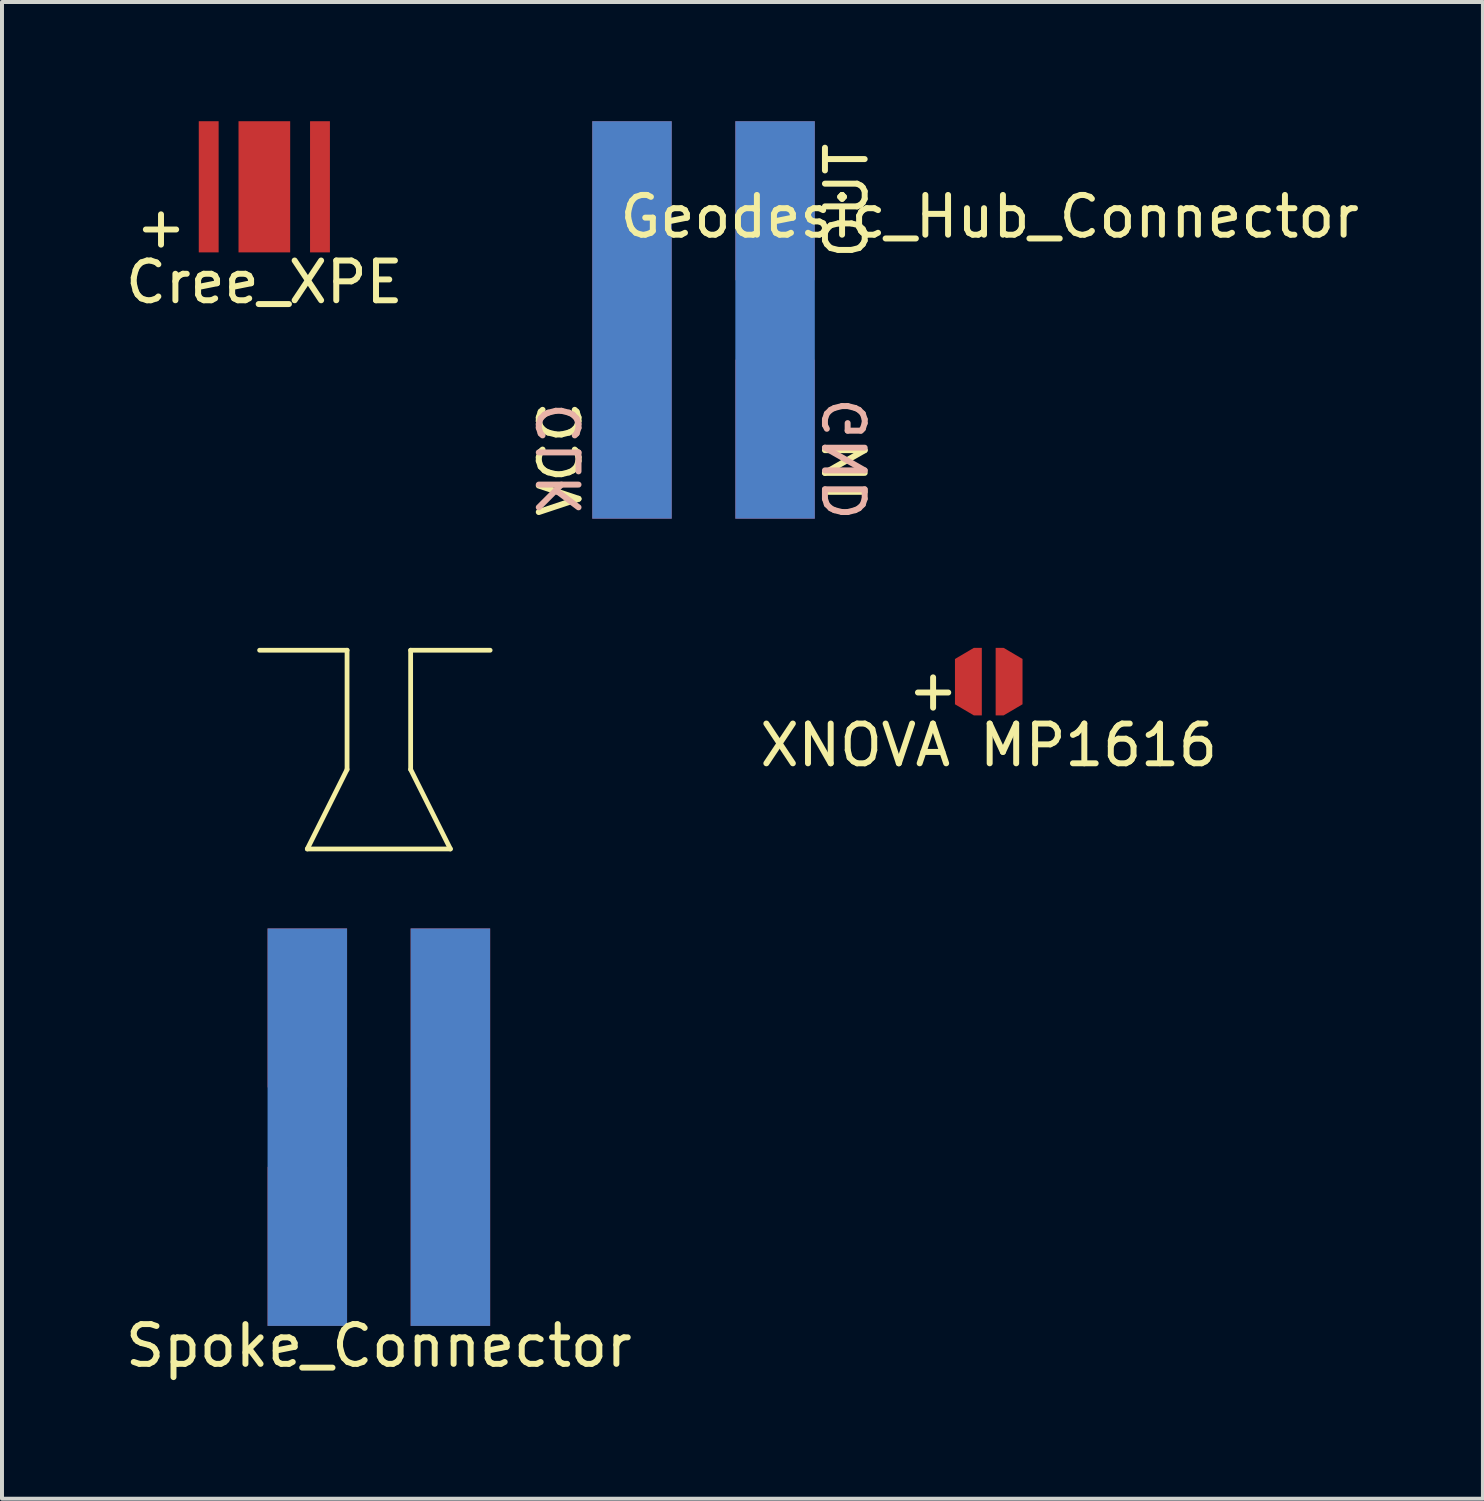
<source format=kicad_pcb>
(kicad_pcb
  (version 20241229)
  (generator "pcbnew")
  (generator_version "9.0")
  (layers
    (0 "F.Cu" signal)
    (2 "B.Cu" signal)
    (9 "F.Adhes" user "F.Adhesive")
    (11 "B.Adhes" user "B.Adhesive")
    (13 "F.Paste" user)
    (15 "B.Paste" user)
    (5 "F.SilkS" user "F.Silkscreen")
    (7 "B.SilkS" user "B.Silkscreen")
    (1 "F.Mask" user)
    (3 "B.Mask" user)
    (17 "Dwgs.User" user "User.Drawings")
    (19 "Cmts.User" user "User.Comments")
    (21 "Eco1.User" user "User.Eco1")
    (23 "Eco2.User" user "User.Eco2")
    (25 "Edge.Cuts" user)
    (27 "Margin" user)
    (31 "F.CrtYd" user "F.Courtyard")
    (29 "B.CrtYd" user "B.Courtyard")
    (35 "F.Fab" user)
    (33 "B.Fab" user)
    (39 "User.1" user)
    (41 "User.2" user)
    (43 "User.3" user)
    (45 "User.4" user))
  (footprint "Geodesic_Hub_Connector"
    (layer "F.Cu")
    (at 14.651 10)
    (property "Reference" "Geodesic_Hub_Connector" (at 7.2 -7.6 0) (layer "F.SilkS") (effects (font (size 1 1) (thickness 0.15))))
    (attr through_hole)
    (fp_text user "OUT" (at 3.6 -8 90) (layer "F.SilkS") (effects (font (size 1 1) (thickness 0.15))))
    (fp_text user "IN" (at 3.6 -1.2 90) (layer "F.SilkS") (effects (font (size 1 1) (thickness 0.15))))
    (fp_text user "VCC" (at -3.6 -1.5 90) (layer "F.SilkS") (effects (font (size 1 1) (thickness 0.15))))
    (fp_text user "GND" (at 3.6 -1.5 90) (layer "B.SilkS") (effects (font (size 1 1) (thickness 0.15)) (justify mirror)))
    (fp_text user "CLK" (at -3.6 -1.5 90) (layer "B.SilkS") (effects (font (size 1 1) (thickness 0.15)) (justify mirror)))
    (pad "1" smd rect (at -1.8 -5) (size 2 10) (layers "F.Cu" "F.Mask" "F.Paste"))
    (pad "2" smd rect (at -1.8 -5) (size 2 10) (layers "B.Cu" "B.Mask" "B.Paste"))
    (pad "3" smd rect (at 1.8 -2) (size 2 4) (layers "F.Cu" "F.Mask" "F.Paste"))
    (pad "4" smd rect (at 1.8 -8) (size 2 4) (layers "F.Cu" "F.Mask" "F.Paste"))
    (pad "5" smd rect (at 1.8 -5) (size 2 10) (layers "B.Cu" "B.Mask" "B.Paste")))
  (footprint "XNOVA MP1616"
    (layer "F.Cu")
    (at 21.827 14.1)
    (property "Reference" "XNOVA MP1616" (at 0 1.6 0) (layer "F.SilkS") (effects (font (size 1 1) (thickness 0.15))))
    (attr through_hole)
    (fp_text user "+" (at -1.4 0.2 0) (layer "F.SilkS") (effects (font (size 1 1) (thickness 0.15))))
    (pad "1" smd custom (at -0.512 0) (size 0.1 0.1) (layers "F.Cu" "F.Mask" "F.Paste") (options (anchor rect)) (primitives (gr_poly (pts (xy 0.338 -0.85) (xy 0.338 0.85) (xy 0.138 0.85) (xy -0.338 0.57) (xy -0.338 -0.57) (xy 0.138 -0.85)) (width 0) (fill yes))))
    (pad "2" smd custom (at 0.512 0 180) (size 0.1 0.1) (layers "F.Cu" "F.Mask" "F.Paste") (options (anchor rect)) (primitives (gr_poly (pts (xy 0.338 -0.85) (xy 0.338 0.85) (xy 0.138 0.85) (xy -0.338 0.57) (xy -0.338 -0.57) (xy 0.138 -0.85)) (width 0) (fill yes)))))
  (footprint "Spoke_Connector"
    (layer "F.Cu")
    (at 6.482 30.31)
    (property "Reference" "Spoke_Connector" (at 0 0.5 0) (layer "F.SilkS") (effects (font (size 1 1) (thickness 0.15))))
    (attr through_hole)
    (fp_line (start -1.8 -12) (end 1.8 -12) (stroke (width 0.12) (type solid)) (layer "F.SilkS"))
    (fp_line (start -0.8 -17) (end -3 -17) (stroke (width 0.12) (type solid)) (layer "F.SilkS"))
    (fp_line (start -0.8 -17) (end -0.8 -14) (stroke (width 0.12) (type solid)) (layer "F.SilkS"))
    (fp_line (start -0.8 -14) (end -1.8 -12) (stroke (width 0.12) (type solid)) (layer "F.SilkS"))
    (fp_line (start 0.8 -17) (end 2.8 -17) (stroke (width 0.12) (type solid)) (layer "F.SilkS"))
    (fp_line (start 0.8 -14) (end 0.8 -17) (stroke (width 0.12) (type solid)) (layer "F.SilkS"))
    (fp_line (start 1.8 -12) (end 0.8 -14) (stroke (width 0.12) (type solid)) (layer "F.SilkS"))
    (pad "1" smd rect (at -1.8 -5) (size 2 10) (layers "B.Cu" "B.Mask" "B.Paste"))
    (pad "2" smd rect (at 1.8 -5) (size 2 10) (layers "B.Cu" "B.Mask" "B.Paste"))
    (pad "3" smd rect (at -1.8 -2) (size 2 4) (layers "F.Cu" "F.Mask" "F.Paste"))
    (pad "4" smd rect (at -1.8 -8) (size 2 4) (layers "F.Cu" "F.Mask" "F.Paste"))
    (pad "5" smd rect (at 1.8 -5) (size 2 10) (layers "F.Cu" "F.Mask" "F.Paste")))
  (footprint "Cree_XPE"
    (layer "F.Cu")
    (at 3.601 1.65)
    (property "Reference" "Cree_XPE" (at 0 2.4 0) (layer "F.SilkS") (effects (font (size 1 1) (thickness 0.15))))
    (attr through_hole)
    (fp_text user "+" (at -2.6 1 0) (layer "F.SilkS") (effects (font (size 1 1) (thickness 0.15))))
    (pad "1" smd rect (at -1.4 0) (size 0.5 3.3) (layers "F.Cu" "F.Mask" "F.Paste"))
    (pad "2" smd rect (at 1.4 0) (size 0.5 3.3) (layers "F.Cu" "F.Mask" "F.Paste"))
    (pad "3" smd rect (at 0 0) (size 1.3 3.3) (layers "F.Cu" "F.Mask" "F.Paste")))
  (gr_rect
    (start -3 -3)
    (end 34.261 34.658)
    (stroke (width 0.1) (type default))
    (fill no)
    (layer "Edge.Cuts")))
</source>
